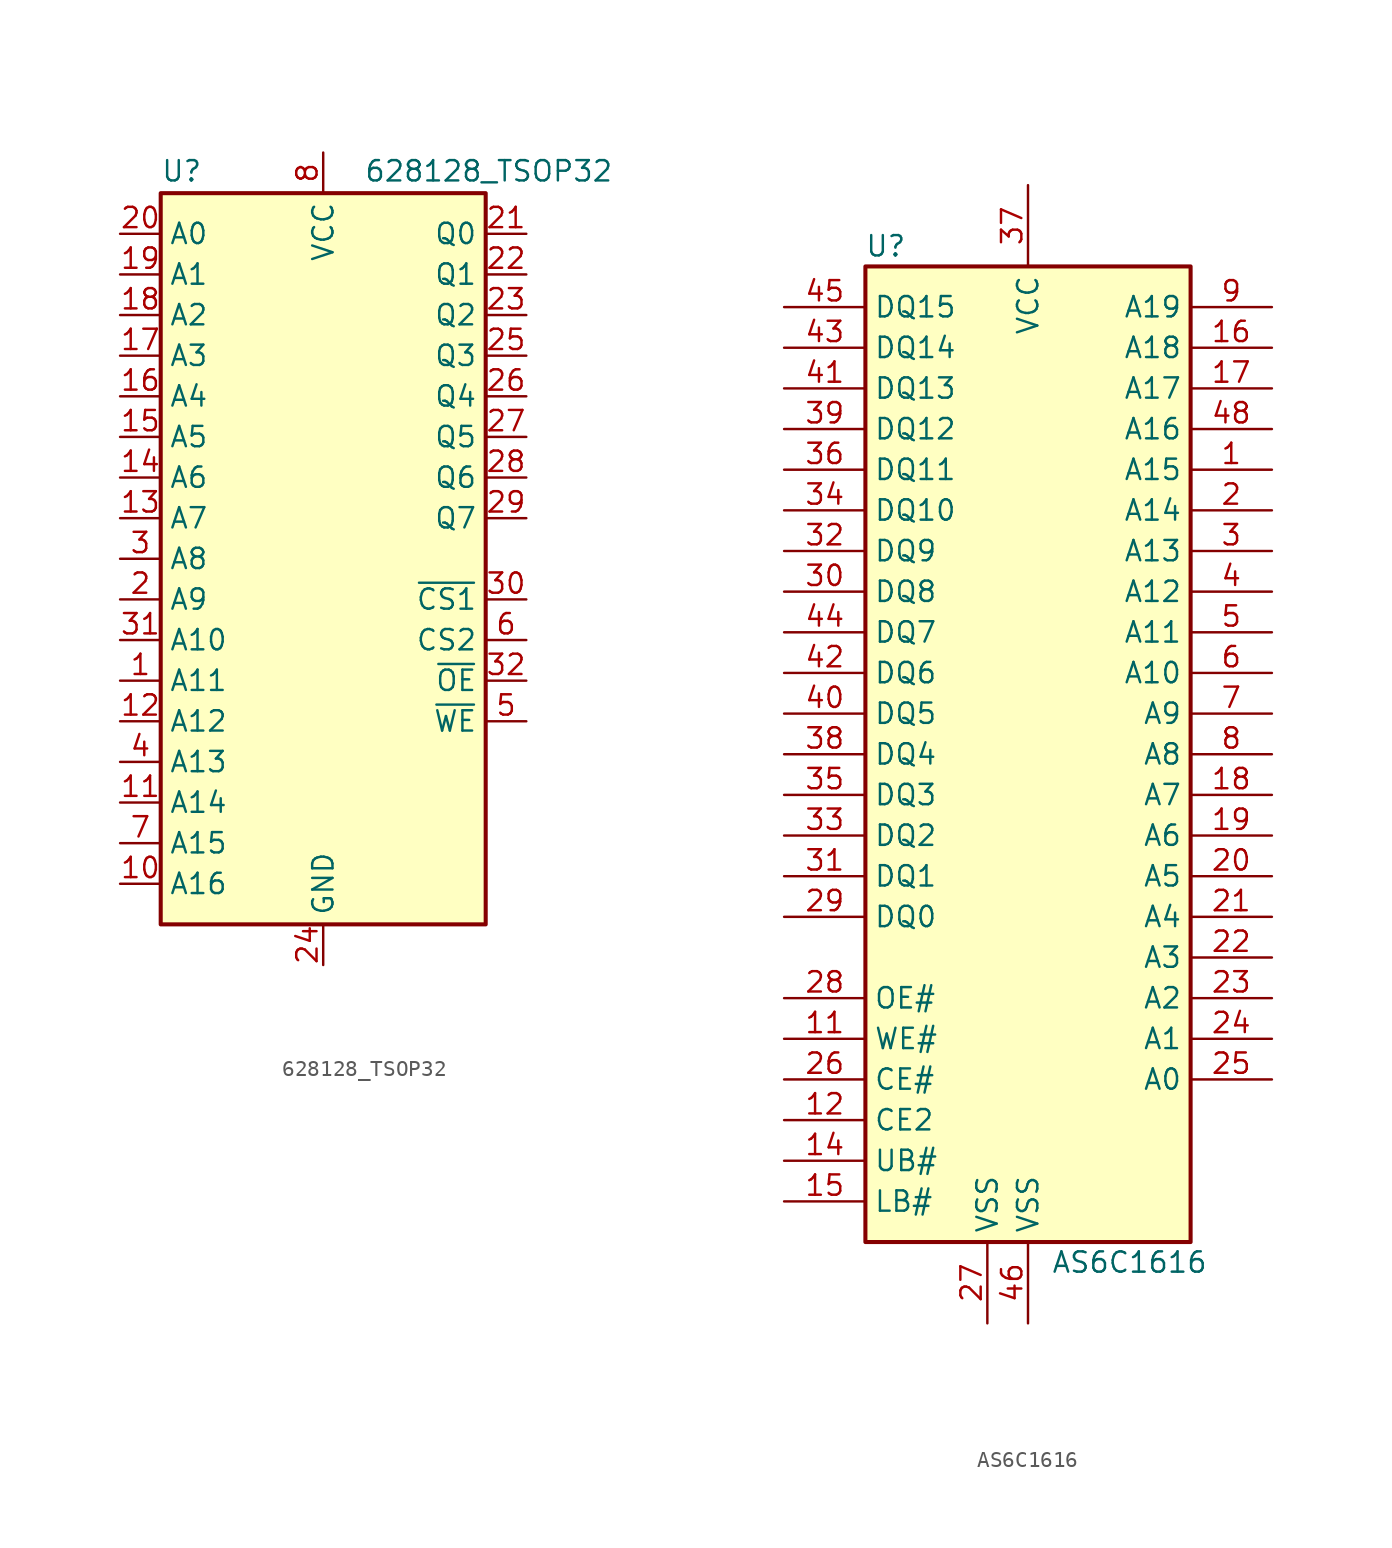
<source format=kicad_sym>
(kicad_symbol_lib
  (version 20211014)
  (generator kicad_symbol_editor)
  (symbol "628128_TSOP32"
    (property "Reference" "U"
      (at -10.16 23.495 0)
      (effects (font (size 1.27 1.27)) (justify left bottom)))
    (property "Value" "628128_TSOP32"
      (at 2.54 23.495 0)
      (effects (font (size 1.27 1.27)) (justify left bottom)))
    (symbol "628128_TSOP32_0_0"
      (pin power_in line (at 0 -25.4 90) (length 2.54) (name "GND" (effects (font (size 1.27 1.27)))) (number "24" (effects (font (size 1.27 1.27)))))
      (pin power_in line (at 0 25.4 270) (length 2.54) (name "VCC" (effects (font (size 1.27 1.27)))) (number "8" (effects (font (size 1.27 1.27))))))
    (symbol "628128_TSOP32_0_1"
      (rectangle (start -10.16 22.86) (end 10.16 -22.86) (stroke (width 0.254) (type default) (color 0 0 0 0)) (fill (type background))))
    (symbol "628128_TSOP32_1_1"
      (pin input line (at -12.7 -7.62 0) (length 2.54) (name "A11" (effects (font (size 1.27 1.27)))) (number "1" (effects (font (size 1.27 1.27)))))
      (pin input line (at -12.7 -20.32 0) (length 2.54) (name "A16" (effects (font (size 1.27 1.27)))) (number "10" (effects (font (size 1.27 1.27)))))
      (pin input line (at -12.7 -15.24 0) (length 2.54) (name "A14" (effects (font (size 1.27 1.27)))) (number "11" (effects (font (size 1.27 1.27)))))
      (pin input line (at -12.7 -10.16 0) (length 2.54) (name "A12" (effects (font (size 1.27 1.27)))) (number "12" (effects (font (size 1.27 1.27)))))
      (pin input line (at -12.7 2.54 0) (length 2.54) (name "A7" (effects (font (size 1.27 1.27)))) (number "13" (effects (font (size 1.27 1.27)))))
      (pin input line (at -12.7 5.08 0) (length 2.54) (name "A6" (effects (font (size 1.27 1.27)))) (number "14" (effects (font (size 1.27 1.27)))))
      (pin input line (at -12.7 7.62 0) (length 2.54) (name "A5" (effects (font (size 1.27 1.27)))) (number "15" (effects (font (size 1.27 1.27)))))
      (pin input line (at -12.7 10.16 0) (length 2.54) (name "A4" (effects (font (size 1.27 1.27)))) (number "16" (effects (font (size 1.27 1.27)))))
      (pin input line (at -12.7 12.7 0) (length 2.54) (name "A3" (effects (font (size 1.27 1.27)))) (number "17" (effects (font (size 1.27 1.27)))))
      (pin input line (at -12.7 15.24 0) (length 2.54) (name "A2" (effects (font (size 1.27 1.27)))) (number "18" (effects (font (size 1.27 1.27)))))
      (pin input line (at -12.7 17.78 0) (length 2.54) (name "A1" (effects (font (size 1.27 1.27)))) (number "19" (effects (font (size 1.27 1.27)))))
      (pin input line (at -12.7 -2.54 0) (length 2.54) (name "A9" (effects (font (size 1.27 1.27)))) (number "2" (effects (font (size 1.27 1.27)))))
      (pin input line (at -12.7 20.32 0) (length 2.54) (name "A0" (effects (font (size 1.27 1.27)))) (number "20" (effects (font (size 1.27 1.27)))))
      (pin tri_state line (at 12.7 20.32 180) (length 2.54) (name "Q0" (effects (font (size 1.27 1.27)))) (number "21" (effects (font (size 1.27 1.27)))))
      (pin tri_state line (at 12.7 17.78 180) (length 2.54) (name "Q1" (effects (font (size 1.27 1.27)))) (number "22" (effects (font (size 1.27 1.27)))))
      (pin tri_state line (at 12.7 15.24 180) (length 2.54) (name "Q2" (effects (font (size 1.27 1.27)))) (number "23" (effects (font (size 1.27 1.27)))))
      (pin tri_state line (at 12.7 12.7 180) (length 2.54) (name "Q3" (effects (font (size 1.27 1.27)))) (number "25" (effects (font (size 1.27 1.27)))))
      (pin tri_state line (at 12.7 10.16 180) (length 2.54) (name "Q4" (effects (font (size 1.27 1.27)))) (number "26" (effects (font (size 1.27 1.27)))))
      (pin tri_state line (at 12.7 7.62 180) (length 2.54) (name "Q5" (effects (font (size 1.27 1.27)))) (number "27" (effects (font (size 1.27 1.27)))))
      (pin tri_state line (at 12.7 5.08 180) (length 2.54) (name "Q6" (effects (font (size 1.27 1.27)))) (number "28" (effects (font (size 1.27 1.27)))))
      (pin tri_state line (at 12.7 2.54 180) (length 2.54) (name "Q7" (effects (font (size 1.27 1.27)))) (number "29" (effects (font (size 1.27 1.27)))))
      (pin input line (at -12.7 0 0) (length 2.54) (name "A8" (effects (font (size 1.27 1.27)))) (number "3" (effects (font (size 1.27 1.27)))))
      (pin input line (at 12.7 -2.54 180) (length 2.54) (name "~{CS1}" (effects (font (size 1.27 1.27)))) (number "30" (effects (font (size 1.27 1.27)))))
      (pin input line (at -12.7 -5.08 0) (length 2.54) (name "A10" (effects (font (size 1.27 1.27)))) (number "31" (effects (font (size 1.27 1.27)))))
      (pin input line (at 12.7 -7.62 180) (length 2.54) (name "~{OE}" (effects (font (size 1.27 1.27)))) (number "32" (effects (font (size 1.27 1.27)))))
      (pin input line (at -12.7 -12.7 0) (length 2.54) (name "A13" (effects (font (size 1.27 1.27)))) (number "4" (effects (font (size 1.27 1.27)))))
      (pin input line (at 12.7 -10.16 180) (length 2.54) (name "~{WE}" (effects (font (size 1.27 1.27)))) (number "5" (effects (font (size 1.27 1.27)))))
      (pin input line (at 12.7 -5.08 180) (length 2.54) (name "CS2" (effects (font (size 1.27 1.27)))) (number "6" (effects (font (size 1.27 1.27)))))
      (pin input line (at -12.7 -17.78 0) (length 2.54) (name "A15" (effects (font (size 1.27 1.27)))) (number "7" (effects (font (size 1.27 1.27)))))
      (pin no_connect line (at 10.16 -20.32 180) (length 2.54) hide (name "NC" (effects (font (size 1.27 1.27)))) (number "9" (effects (font (size 1.27 1.27)))))))
  (symbol "AS6C1616"
    (property "Reference" "U"
      (at -8.89 31.75 0)
      (effects (font (size 1.27 1.27))))
    (property "Value" "AS6C1616"
      (at 6.35 -31.75 0)
      (effects (font (size 1.27 1.27))))
    (symbol "AS6C1616_0_1"
      (rectangle (start -10.16 30.48) (end 10.16 -30.48) (stroke (width 0.254) (type default) (color 0 0 0 0)) (fill (type background))))
    (symbol "AS6C1616_1_1"
      (pin input line (at 15.24 17.78 180) (length 5.08) (name "A15" (effects (font (size 1.27 1.27)))) (number "1" (effects (font (size 1.27 1.27)))))
      (pin no_connect line (at 10.16 -22.86 180) (length 0) hide (name "NC" (effects (font (size 1.27 1.27)))) (number "10" (effects (font (size 1.27 1.27)))))
      (pin input line (at -15.24 -17.78 0) (length 5.08) (name "WE#" (effects (font (size 1.27 1.27)))) (number "11" (effects (font (size 1.27 1.27)))))
      (pin input line (at -15.24 -22.86 0) (length 5.08) (name "CE2" (effects (font (size 1.27 1.27)))) (number "12" (effects (font (size 1.27 1.27)))))
      (pin no_connect line (at 10.16 -25.4 180) (length 0) hide (name "NC" (effects (font (size 1.27 1.27)))) (number "13" (effects (font (size 1.27 1.27)))))
      (pin input line (at -15.24 -25.4 0) (length 5.08) (name "UB#" (effects (font (size 1.27 1.27)))) (number "14" (effects (font (size 1.27 1.27)))))
      (pin input line (at -15.24 -27.94 0) (length 5.08) (name "LB#" (effects (font (size 1.27 1.27)))) (number "15" (effects (font (size 1.27 1.27)))))
      (pin input line (at 15.24 25.4 180) (length 5.08) (name "A18" (effects (font (size 1.27 1.27)))) (number "16" (effects (font (size 1.27 1.27)))))
      (pin input line (at 15.24 22.86 180) (length 5.08) (name "A17" (effects (font (size 1.27 1.27)))) (number "17" (effects (font (size 1.27 1.27)))))
      (pin input line (at 15.24 -2.54 180) (length 5.08) (name "A7" (effects (font (size 1.27 1.27)))) (number "18" (effects (font (size 1.27 1.27)))))
      (pin input line (at 15.24 -5.08 180) (length 5.08) (name "A6" (effects (font (size 1.27 1.27)))) (number "19" (effects (font (size 1.27 1.27)))))
      (pin input line (at 15.24 15.24 180) (length 5.08) (name "A14" (effects (font (size 1.27 1.27)))) (number "2" (effects (font (size 1.27 1.27)))))
      (pin input line (at 15.24 -7.62 180) (length 5.08) (name "A5" (effects (font (size 1.27 1.27)))) (number "20" (effects (font (size 1.27 1.27)))))
      (pin input line (at 15.24 -10.16 180) (length 5.08) (name "A4" (effects (font (size 1.27 1.27)))) (number "21" (effects (font (size 1.27 1.27)))))
      (pin input line (at 15.24 -12.7 180) (length 5.08) (name "A3" (effects (font (size 1.27 1.27)))) (number "22" (effects (font (size 1.27 1.27)))))
      (pin input line (at 15.24 -15.24 180) (length 5.08) (name "A2" (effects (font (size 1.27 1.27)))) (number "23" (effects (font (size 1.27 1.27)))))
      (pin input line (at 15.24 -17.78 180) (length 5.08) (name "A1" (effects (font (size 1.27 1.27)))) (number "24" (effects (font (size 1.27 1.27)))))
      (pin input line (at 15.24 -20.32 180) (length 5.08) (name "A0" (effects (font (size 1.27 1.27)))) (number "25" (effects (font (size 1.27 1.27)))))
      (pin input line (at -15.24 -20.32 0) (length 5.08) (name "CE#" (effects (font (size 1.27 1.27)))) (number "26" (effects (font (size 1.27 1.27)))))
      (pin power_in line (at -2.54 -35.56 90) (length 5.08) (name "VSS" (effects (font (size 1.27 1.27)))) (number "27" (effects (font (size 1.27 1.27)))))
      (pin input line (at -15.24 -15.24 0) (length 5.08) (name "OE#" (effects (font (size 1.27 1.27)))) (number "28" (effects (font (size 1.27 1.27)))))
      (pin bidirectional line (at -15.24 -10.16 0) (length 5.08) (name "DQ0" (effects (font (size 1.27 1.27)))) (number "29" (effects (font (size 1.27 1.27)))))
      (pin input line (at 15.24 12.7 180) (length 5.08) (name "A13" (effects (font (size 1.27 1.27)))) (number "3" (effects (font (size 1.27 1.27)))))
      (pin bidirectional line (at -15.24 10.16 0) (length 5.08) (name "DQ8" (effects (font (size 1.27 1.27)))) (number "30" (effects (font (size 1.27 1.27)))))
      (pin bidirectional line (at -15.24 -7.62 0) (length 5.08) (name "DQ1" (effects (font (size 1.27 1.27)))) (number "31" (effects (font (size 1.27 1.27)))))
      (pin bidirectional line (at -15.24 12.7 0) (length 5.08) (name "DQ9" (effects (font (size 1.27 1.27)))) (number "32" (effects (font (size 1.27 1.27)))))
      (pin bidirectional line (at -15.24 -5.08 0) (length 5.08) (name "DQ2" (effects (font (size 1.27 1.27)))) (number "33" (effects (font (size 1.27 1.27)))))
      (pin bidirectional line (at -15.24 15.24 0) (length 5.08) (name "DQ10" (effects (font (size 1.27 1.27)))) (number "34" (effects (font (size 1.27 1.27)))))
      (pin bidirectional line (at -15.24 -2.54 0) (length 5.08) (name "DQ3" (effects (font (size 1.27 1.27)))) (number "35" (effects (font (size 1.27 1.27)))))
      (pin bidirectional line (at -15.24 17.78 0) (length 5.08) (name "DQ11" (effects (font (size 1.27 1.27)))) (number "36" (effects (font (size 1.27 1.27)))))
      (pin power_in line (at 0 35.56 270) (length 5.08) (name "VCC" (effects (font (size 1.27 1.27)))) (number "37" (effects (font (size 1.27 1.27)))))
      (pin bidirectional line (at -15.24 0 0) (length 5.08) (name "DQ4" (effects (font (size 1.27 1.27)))) (number "38" (effects (font (size 1.27 1.27)))))
      (pin bidirectional line (at -15.24 20.32 0) (length 5.08) (name "DQ12" (effects (font (size 1.27 1.27)))) (number "39" (effects (font (size 1.27 1.27)))))
      (pin input line (at 15.24 10.16 180) (length 5.08) (name "A12" (effects (font (size 1.27 1.27)))) (number "4" (effects (font (size 1.27 1.27)))))
      (pin bidirectional line (at -15.24 2.54 0) (length 5.08) (name "DQ5" (effects (font (size 1.27 1.27)))) (number "40" (effects (font (size 1.27 1.27)))))
      (pin bidirectional line (at -15.24 22.86 0) (length 5.08) (name "DQ13" (effects (font (size 1.27 1.27)))) (number "41" (effects (font (size 1.27 1.27)))))
      (pin bidirectional line (at -15.24 5.08 0) (length 5.08) (name "DQ6" (effects (font (size 1.27 1.27)))) (number "42" (effects (font (size 1.27 1.27)))))
      (pin bidirectional line (at -15.24 25.4 0) (length 5.08) (name "DQ14" (effects (font (size 1.27 1.27)))) (number "43" (effects (font (size 1.27 1.27)))))
      (pin bidirectional line (at -15.24 7.62 0) (length 5.08) (name "DQ7" (effects (font (size 1.27 1.27)))) (number "44" (effects (font (size 1.27 1.27)))))
      (pin input line (at -15.24 27.94 0) (length 5.08) (name "DQ15" (effects (font (size 1.27 1.27)))) (number "45" (effects (font (size 1.27 1.27)))))
      (pin power_in line (at 0 -35.56 90) (length 5.08) (name "VSS" (effects (font (size 1.27 1.27)))) (number "46" (effects (font (size 1.27 1.27)))))
      (pin no_connect line (at 10.16 -27.94 180) (length 0) hide (name "NC" (effects (font (size 1.27 1.27)))) (number "47" (effects (font (size 1.27 1.27)))))
      (pin input line (at 15.24 20.32 180) (length 5.08) (name "A16" (effects (font (size 1.27 1.27)))) (number "48" (effects (font (size 1.27 1.27)))))
      (pin input line (at 15.24 7.62 180) (length 5.08) (name "A11" (effects (font (size 1.27 1.27)))) (number "5" (effects (font (size 1.27 1.27)))))
      (pin input line (at 15.24 5.08 180) (length 5.08) (name "A10" (effects (font (size 1.27 1.27)))) (number "6" (effects (font (size 1.27 1.27)))))
      (pin input line (at 15.24 2.54 180) (length 5.08) (name "A9" (effects (font (size 1.27 1.27)))) (number "7" (effects (font (size 1.27 1.27)))))
      (pin input line (at 15.24 0 180) (length 5.08) (name "A8" (effects (font (size 1.27 1.27)))) (number "8" (effects (font (size 1.27 1.27)))))
      (pin input line (at 15.24 27.94 180) (length 5.08) (name "A19" (effects (font (size 1.27 1.27)))) (number "9" (effects (font (size 1.27 1.27))))))))
</source>
